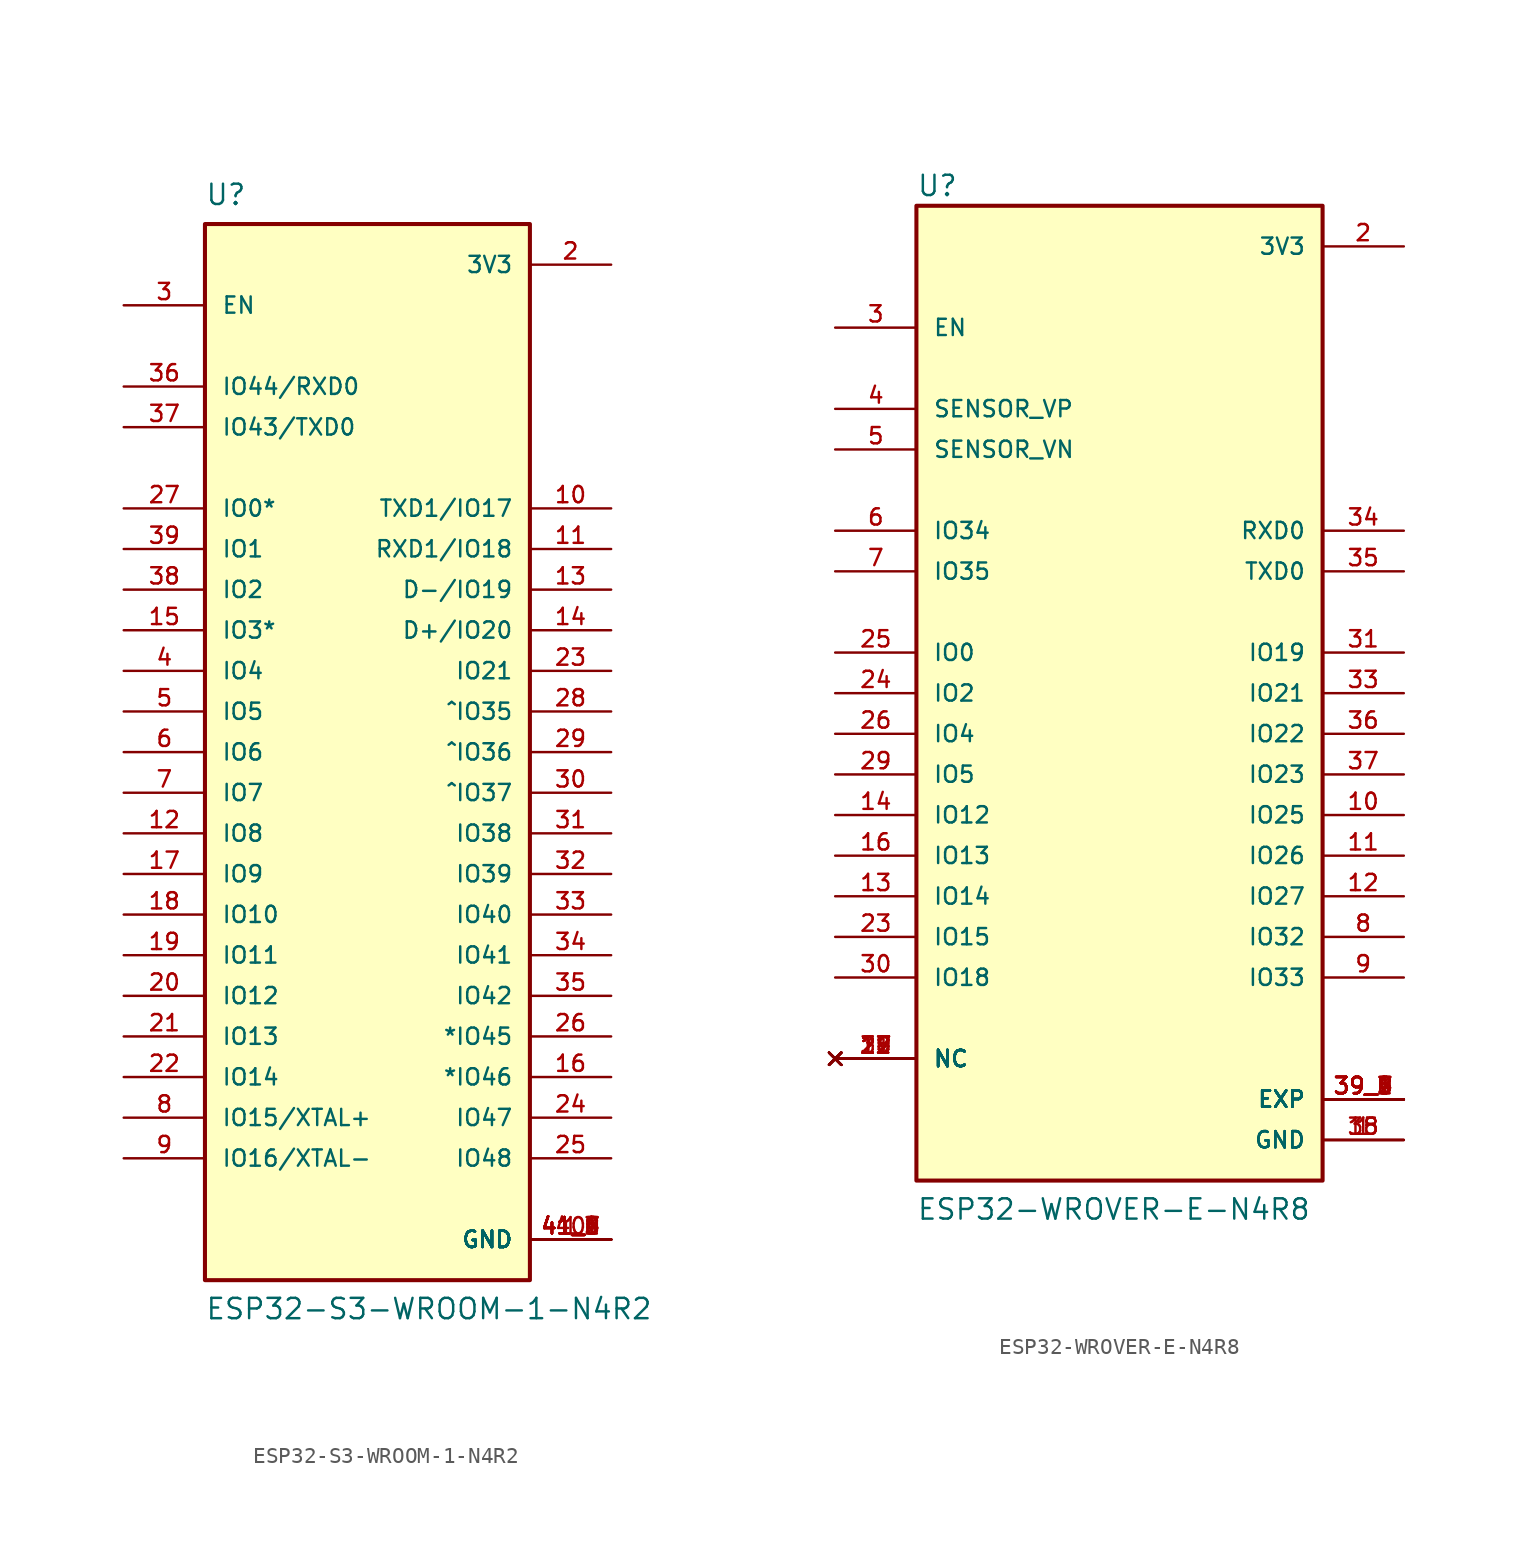
<source format=kicad_sym>
(kicad_symbol_lib
  (version 20220914)
  (generator kicad_symbol_editor)
  (symbol "ESP32-S3-WROOM-1-N4R2"
    (pin_names
      (offset 1.016))
    (property "Reference" "U"
      (at -10.16 34.112 0)
      (effects (font (size 1.27 1.27)) (justify left bottom)))
    (property "Value" "ESP32-S3-WROOM-1-N4R2"
      (at -10.16 -35.56 0)
      (effects (font (size 1.27 1.27)) (justify left bottom)))
    (symbol "ESP32-S3-WROOM-1-N4R2_0_0"
      (rectangle (start -10.16 33.02) (end 10.16 -33.02) (stroke (width 0.254) (type default)) (fill (type background)))
      (pin power_in line (at 15.24 -30.48 180) (length 5.08) (name "GND" (effects (font (size 1.016 1.016)))) (number "1" (effects (font (size 1.016 1.016)))))
      (pin bidirectional line (at 15.24 15.24 180) (length 5.08) (name "TXD1/IO17" (effects (font (size 1.016 1.016)))) (number "10" (effects (font (size 1.016 1.016)))))
      (pin bidirectional line (at 15.24 12.7 180) (length 5.08) (name "RXD1/IO18" (effects (font (size 1.016 1.016)))) (number "11" (effects (font (size 1.016 1.016)))))
      (pin bidirectional line (at -15.24 -5.08 0) (length 5.08) (name "IO8" (effects (font (size 1.016 1.016)))) (number "12" (effects (font (size 1.016 1.016)))))
      (pin bidirectional line (at 15.24 10.16 180) (length 5.08) (name "D-/IO19" (effects (font (size 1.016 1.016)))) (number "13" (effects (font (size 1.016 1.016)))))
      (pin bidirectional line (at 15.24 7.62 180) (length 5.08) (name "D+/IO20" (effects (font (size 1.016 1.016)))) (number "14" (effects (font (size 1.016 1.016)))))
      (pin bidirectional line (at -15.24 7.62 0) (length 5.08) (name "IO3*" (effects (font (size 1.016 1.016)))) (number "15" (effects (font (size 1.016 1.016)))))
      (pin bidirectional line (at 15.24 -20.32 180) (length 5.08) (name "*IO46" (effects (font (size 1.016 1.016)))) (number "16" (effects (font (size 1.016 1.016)))))
      (pin bidirectional line (at -15.24 -7.62 0) (length 5.08) (name "IO9" (effects (font (size 1.016 1.016)))) (number "17" (effects (font (size 1.016 1.016)))))
      (pin bidirectional line (at -15.24 -10.16 0) (length 5.08) (name "IO10" (effects (font (size 1.016 1.016)))) (number "18" (effects (font (size 1.016 1.016)))))
      (pin bidirectional line (at -15.24 -12.7 0) (length 5.08) (name "IO11" (effects (font (size 1.016 1.016)))) (number "19" (effects (font (size 1.016 1.016)))))
      (pin power_in line (at 15.24 30.48 180) (length 5.08) (name "3V3" (effects (font (size 1.016 1.016)))) (number "2" (effects (font (size 1.016 1.016)))))
      (pin bidirectional line (at -15.24 -15.24 0) (length 5.08) (name "IO12" (effects (font (size 1.016 1.016)))) (number "20" (effects (font (size 1.016 1.016)))))
      (pin bidirectional line (at -15.24 -17.78 0) (length 5.08) (name "IO13" (effects (font (size 1.016 1.016)))) (number "21" (effects (font (size 1.016 1.016)))))
      (pin bidirectional line (at -15.24 -20.32 0) (length 5.08) (name "IO14" (effects (font (size 1.016 1.016)))) (number "22" (effects (font (size 1.016 1.016)))))
      (pin bidirectional line (at 15.24 5.08 180) (length 5.08) (name "IO21" (effects (font (size 1.016 1.016)))) (number "23" (effects (font (size 1.016 1.016)))))
      (pin bidirectional line (at 15.24 -22.86 180) (length 5.08) (name "IO47" (effects (font (size 1.016 1.016)))) (number "24" (effects (font (size 1.016 1.016)))))
      (pin bidirectional line (at 15.24 -25.4 180) (length 5.08) (name "IO48" (effects (font (size 1.016 1.016)))) (number "25" (effects (font (size 1.016 1.016)))))
      (pin bidirectional line (at 15.24 -17.78 180) (length 5.08) (name "*IO45" (effects (font (size 1.016 1.016)))) (number "26" (effects (font (size 1.016 1.016)))))
      (pin bidirectional line (at -15.24 15.24 0) (length 5.08) (name "IO0*" (effects (font (size 1.016 1.016)))) (number "27" (effects (font (size 1.016 1.016)))))
      (pin bidirectional line (at 15.24 2.54 180) (length 5.08) (name "^IO35" (effects (font (size 1.016 1.016)))) (number "28" (effects (font (size 1.016 1.016)))))
      (pin bidirectional line (at 15.24 0 180) (length 5.08) (name "^IO36" (effects (font (size 1.016 1.016)))) (number "29" (effects (font (size 1.016 1.016)))))
      (pin input line (at -15.24 27.94 0) (length 5.08) (name "EN" (effects (font (size 1.016 1.016)))) (number "3" (effects (font (size 1.016 1.016)))))
      (pin bidirectional line (at 15.24 -2.54 180) (length 5.08) (name "^IO37" (effects (font (size 1.016 1.016)))) (number "30" (effects (font (size 1.016 1.016)))))
      (pin bidirectional line (at 15.24 -5.08 180) (length 5.08) (name "IO38" (effects (font (size 1.016 1.016)))) (number "31" (effects (font (size 1.016 1.016)))))
      (pin bidirectional line (at 15.24 -7.62 180) (length 5.08) (name "IO39" (effects (font (size 1.016 1.016)))) (number "32" (effects (font (size 1.016 1.016)))))
      (pin bidirectional line (at 15.24 -10.16 180) (length 5.08) (name "IO40" (effects (font (size 1.016 1.016)))) (number "33" (effects (font (size 1.016 1.016)))))
      (pin bidirectional line (at 15.24 -12.7 180) (length 5.08) (name "IO41" (effects (font (size 1.016 1.016)))) (number "34" (effects (font (size 1.016 1.016)))))
      (pin bidirectional line (at 15.24 -15.24 180) (length 5.08) (name "IO42" (effects (font (size 1.016 1.016)))) (number "35" (effects (font (size 1.016 1.016)))))
      (pin bidirectional line (at -15.24 22.86 0) (length 5.08) (name "IO44/RXD0" (effects (font (size 1.016 1.016)))) (number "36" (effects (font (size 1.016 1.016)))))
      (pin bidirectional line (at -15.24 20.32 0) (length 5.08) (name "IO43/TXD0" (effects (font (size 1.016 1.016)))) (number "37" (effects (font (size 1.016 1.016)))))
      (pin bidirectional line (at -15.24 10.16 0) (length 5.08) (name "IO2" (effects (font (size 1.016 1.016)))) (number "38" (effects (font (size 1.016 1.016)))))
      (pin bidirectional line (at -15.24 12.7 0) (length 5.08) (name "IO1" (effects (font (size 1.016 1.016)))) (number "39" (effects (font (size 1.016 1.016)))))
      (pin bidirectional line (at -15.24 5.08 0) (length 5.08) (name "IO4" (effects (font (size 1.016 1.016)))) (number "4" (effects (font (size 1.016 1.016)))))
      (pin power_in line (at 15.24 -30.48 180) (length 5.08) (name "GND" (effects (font (size 1.016 1.016)))) (number "40" (effects (font (size 1.016 1.016)))))
      (pin power_in line (at 15.24 -30.48 180) (length 5.08) (name "GND" (effects (font (size 1.016 1.016)))) (number "41_1" (effects (font (size 1.016 1.016)))))
      (pin power_in line (at 15.24 -30.48 180) (length 5.08) (name "GND" (effects (font (size 1.016 1.016)))) (number "41_2" (effects (font (size 1.016 1.016)))))
      (pin power_in line (at 15.24 -30.48 180) (length 5.08) (name "GND" (effects (font (size 1.016 1.016)))) (number "41_3" (effects (font (size 1.016 1.016)))))
      (pin power_in line (at 15.24 -30.48 180) (length 5.08) (name "GND" (effects (font (size 1.016 1.016)))) (number "41_4" (effects (font (size 1.016 1.016)))))
      (pin power_in line (at 15.24 -30.48 180) (length 5.08) (name "GND" (effects (font (size 1.016 1.016)))) (number "41_5" (effects (font (size 1.016 1.016)))))
      (pin power_in line (at 15.24 -30.48 180) (length 5.08) (name "GND" (effects (font (size 1.016 1.016)))) (number "41_6" (effects (font (size 1.016 1.016)))))
      (pin power_in line (at 15.24 -30.48 180) (length 5.08) (name "GND" (effects (font (size 1.016 1.016)))) (number "41_7" (effects (font (size 1.016 1.016)))))
      (pin power_in line (at 15.24 -30.48 180) (length 5.08) (name "GND" (effects (font (size 1.016 1.016)))) (number "41_8" (effects (font (size 1.016 1.016)))))
      (pin power_in line (at 15.24 -30.48 180) (length 5.08) (name "GND" (effects (font (size 1.016 1.016)))) (number "41_9" (effects (font (size 1.016 1.016)))))
      (pin bidirectional line (at -15.24 2.54 0) (length 5.08) (name "IO5" (effects (font (size 1.016 1.016)))) (number "5" (effects (font (size 1.016 1.016)))))
      (pin bidirectional line (at -15.24 0 0) (length 5.08) (name "IO6" (effects (font (size 1.016 1.016)))) (number "6" (effects (font (size 1.016 1.016)))))
      (pin bidirectional line (at -15.24 -2.54 0) (length 5.08) (name "IO7" (effects (font (size 1.016 1.016)))) (number "7" (effects (font (size 1.016 1.016)))))
      (pin bidirectional line (at -15.24 -22.86 0) (length 5.08) (name "IO15/XTAL+" (effects (font (size 1.016 1.016)))) (number "8" (effects (font (size 1.016 1.016)))))
      (pin bidirectional line (at -15.24 -25.4 0) (length 5.08) (name "IO16/XTAL-" (effects (font (size 1.016 1.016)))) (number "9" (effects (font (size 1.016 1.016)))))))
  (symbol "ESP32-WROVER-E-N4R8"
    (pin_names
      (offset 1.016))
    (property "Reference" "U"
      (at -12.7 30.988 0)
      (effects (font (size 1.27 1.27)) (justify left bottom)))
    (property "Value" "ESP32-WROVER-E-N4R8"
      (at -12.7 -33.02 0)
      (effects (font (size 1.27 1.27)) (justify left bottom)))
    (symbol "ESP32-WROVER-E-N4R8_0_0"
      (rectangle (start -12.7 -30.48) (end 12.7 30.48) (stroke (width 0.254) (type default)) (fill (type background)))
      (pin power_in line (at 17.78 -27.94 180) (length 5.08) (name "GND" (effects (font (size 1.016 1.016)))) (number "1" (effects (font (size 1.016 1.016)))))
      (pin bidirectional line (at 17.78 -7.62 180) (length 5.08) (name "IO25" (effects (font (size 1.016 1.016)))) (number "10" (effects (font (size 1.016 1.016)))))
      (pin bidirectional line (at 17.78 -10.16 180) (length 5.08) (name "IO26" (effects (font (size 1.016 1.016)))) (number "11" (effects (font (size 1.016 1.016)))))
      (pin bidirectional line (at 17.78 -12.7 180) (length 5.08) (name "IO27" (effects (font (size 1.016 1.016)))) (number "12" (effects (font (size 1.016 1.016)))))
      (pin bidirectional line (at -17.78 -12.7 0) (length 5.08) (name "IO14" (effects (font (size 1.016 1.016)))) (number "13" (effects (font (size 1.016 1.016)))))
      (pin bidirectional line (at -17.78 -7.62 0) (length 5.08) (name "IO12" (effects (font (size 1.016 1.016)))) (number "14" (effects (font (size 1.016 1.016)))))
      (pin power_in line (at 17.78 -27.94 180) (length 5.08) (name "GND" (effects (font (size 1.016 1.016)))) (number "15" (effects (font (size 1.016 1.016)))))
      (pin bidirectional line (at -17.78 -10.16 0) (length 5.08) (name "IO13" (effects (font (size 1.016 1.016)))) (number "16" (effects (font (size 1.016 1.016)))))
      (pin no_connect line (at -17.78 -22.86 0) (length 5.08) (name "NC" (effects (font (size 1.016 1.016)))) (number "17" (effects (font (size 1.016 1.016)))))
      (pin no_connect line (at -17.78 -22.86 0) (length 5.08) (name "NC" (effects (font (size 1.016 1.016)))) (number "18" (effects (font (size 1.016 1.016)))))
      (pin no_connect line (at -17.78 -22.86 0) (length 5.08) (name "NC" (effects (font (size 1.016 1.016)))) (number "19" (effects (font (size 1.016 1.016)))))
      (pin power_in line (at 17.78 27.94 180) (length 5.08) (name "3V3" (effects (font (size 1.016 1.016)))) (number "2" (effects (font (size 1.016 1.016)))))
      (pin no_connect line (at -17.78 -22.86 0) (length 5.08) (name "NC" (effects (font (size 1.016 1.016)))) (number "20" (effects (font (size 1.016 1.016)))))
      (pin no_connect line (at -17.78 -22.86 0) (length 5.08) (name "NC" (effects (font (size 1.016 1.016)))) (number "21" (effects (font (size 1.016 1.016)))))
      (pin no_connect line (at -17.78 -22.86 0) (length 5.08) (name "NC" (effects (font (size 1.016 1.016)))) (number "22" (effects (font (size 1.016 1.016)))))
      (pin bidirectional line (at -17.78 -15.24 0) (length 5.08) (name "IO15" (effects (font (size 1.016 1.016)))) (number "23" (effects (font (size 1.016 1.016)))))
      (pin bidirectional line (at -17.78 0 0) (length 5.08) (name "IO2" (effects (font (size 1.016 1.016)))) (number "24" (effects (font (size 1.016 1.016)))))
      (pin bidirectional line (at -17.78 2.54 0) (length 5.08) (name "IO0" (effects (font (size 1.016 1.016)))) (number "25" (effects (font (size 1.016 1.016)))))
      (pin bidirectional line (at -17.78 -2.54 0) (length 5.08) (name "IO4" (effects (font (size 1.016 1.016)))) (number "26" (effects (font (size 1.016 1.016)))))
      (pin no_connect line (at -17.78 -22.86 0) (length 5.08) (name "NC" (effects (font (size 1.016 1.016)))) (number "27" (effects (font (size 1.016 1.016)))))
      (pin no_connect line (at -17.78 -22.86 0) (length 5.08) (name "NC" (effects (font (size 1.016 1.016)))) (number "28" (effects (font (size 1.016 1.016)))))
      (pin bidirectional line (at -17.78 -5.08 0) (length 5.08) (name "IO5" (effects (font (size 1.016 1.016)))) (number "29" (effects (font (size 1.016 1.016)))))
      (pin input line (at -17.78 22.86 0) (length 5.08) (name "EN" (effects (font (size 1.016 1.016)))) (number "3" (effects (font (size 1.016 1.016)))))
      (pin bidirectional line (at -17.78 -17.78 0) (length 5.08) (name "IO18" (effects (font (size 1.016 1.016)))) (number "30" (effects (font (size 1.016 1.016)))))
      (pin bidirectional line (at 17.78 2.54 180) (length 5.08) (name "IO19" (effects (font (size 1.016 1.016)))) (number "31" (effects (font (size 1.016 1.016)))))
      (pin no_connect line (at -17.78 -22.86 0) (length 5.08) (name "NC" (effects (font (size 1.016 1.016)))) (number "32" (effects (font (size 1.016 1.016)))))
      (pin bidirectional line (at 17.78 0 180) (length 5.08) (name "IO21" (effects (font (size 1.016 1.016)))) (number "33" (effects (font (size 1.016 1.016)))))
      (pin bidirectional line (at 17.78 10.16 180) (length 5.08) (name "RXD0" (effects (font (size 1.016 1.016)))) (number "34" (effects (font (size 1.016 1.016)))))
      (pin bidirectional line (at 17.78 7.62 180) (length 5.08) (name "TXD0" (effects (font (size 1.016 1.016)))) (number "35" (effects (font (size 1.016 1.016)))))
      (pin bidirectional line (at 17.78 -2.54 180) (length 5.08) (name "IO22" (effects (font (size 1.016 1.016)))) (number "36" (effects (font (size 1.016 1.016)))))
      (pin bidirectional line (at 17.78 -5.08 180) (length 5.08) (name "IO23" (effects (font (size 1.016 1.016)))) (number "37" (effects (font (size 1.016 1.016)))))
      (pin power_in line (at 17.78 -27.94 180) (length 5.08) (name "GND" (effects (font (size 1.016 1.016)))) (number "38" (effects (font (size 1.016 1.016)))))
      (pin power_in line (at 17.78 -25.4 180) (length 5.08) (name "EXP" (effects (font (size 1.016 1.016)))) (number "39_1" (effects (font (size 1.016 1.016)))))
      (pin power_in line (at 17.78 -25.4 180) (length 5.08) (name "EXP" (effects (font (size 1.016 1.016)))) (number "39_2" (effects (font (size 1.016 1.016)))))
      (pin power_in line (at 17.78 -25.4 180) (length 5.08) (name "EXP" (effects (font (size 1.016 1.016)))) (number "39_3" (effects (font (size 1.016 1.016)))))
      (pin power_in line (at 17.78 -25.4 180) (length 5.08) (name "EXP" (effects (font (size 1.016 1.016)))) (number "39_4" (effects (font (size 1.016 1.016)))))
      (pin power_in line (at 17.78 -25.4 180) (length 5.08) (name "EXP" (effects (font (size 1.016 1.016)))) (number "39_5" (effects (font (size 1.016 1.016)))))
      (pin power_in line (at 17.78 -25.4 180) (length 5.08) (name "EXP" (effects (font (size 1.016 1.016)))) (number "39_6" (effects (font (size 1.016 1.016)))))
      (pin power_in line (at 17.78 -25.4 180) (length 5.08) (name "EXP" (effects (font (size 1.016 1.016)))) (number "39_7" (effects (font (size 1.016 1.016)))))
      (pin power_in line (at 17.78 -25.4 180) (length 5.08) (name "EXP" (effects (font (size 1.016 1.016)))) (number "39_8" (effects (font (size 1.016 1.016)))))
      (pin power_in line (at 17.78 -25.4 180) (length 5.08) (name "EXP" (effects (font (size 1.016 1.016)))) (number "39_9" (effects (font (size 1.016 1.016)))))
      (pin input line (at -17.78 17.78 0) (length 5.08) (name "SENSOR_VP" (effects (font (size 1.016 1.016)))) (number "4" (effects (font (size 1.016 1.016)))))
      (pin input line (at -17.78 15.24 0) (length 5.08) (name "SENSOR_VN" (effects (font (size 1.016 1.016)))) (number "5" (effects (font (size 1.016 1.016)))))
      (pin input line (at -17.78 10.16 0) (length 5.08) (name "IO34" (effects (font (size 1.016 1.016)))) (number "6" (effects (font (size 1.016 1.016)))))
      (pin input line (at -17.78 7.62 0) (length 5.08) (name "IO35" (effects (font (size 1.016 1.016)))) (number "7" (effects (font (size 1.016 1.016)))))
      (pin bidirectional line (at 17.78 -15.24 180) (length 5.08) (name "IO32" (effects (font (size 1.016 1.016)))) (number "8" (effects (font (size 1.016 1.016)))))
      (pin bidirectional line (at 17.78 -17.78 180) (length 5.08) (name "IO33" (effects (font (size 1.016 1.016)))) (number "9" (effects (font (size 1.016 1.016))))))))
</source>
